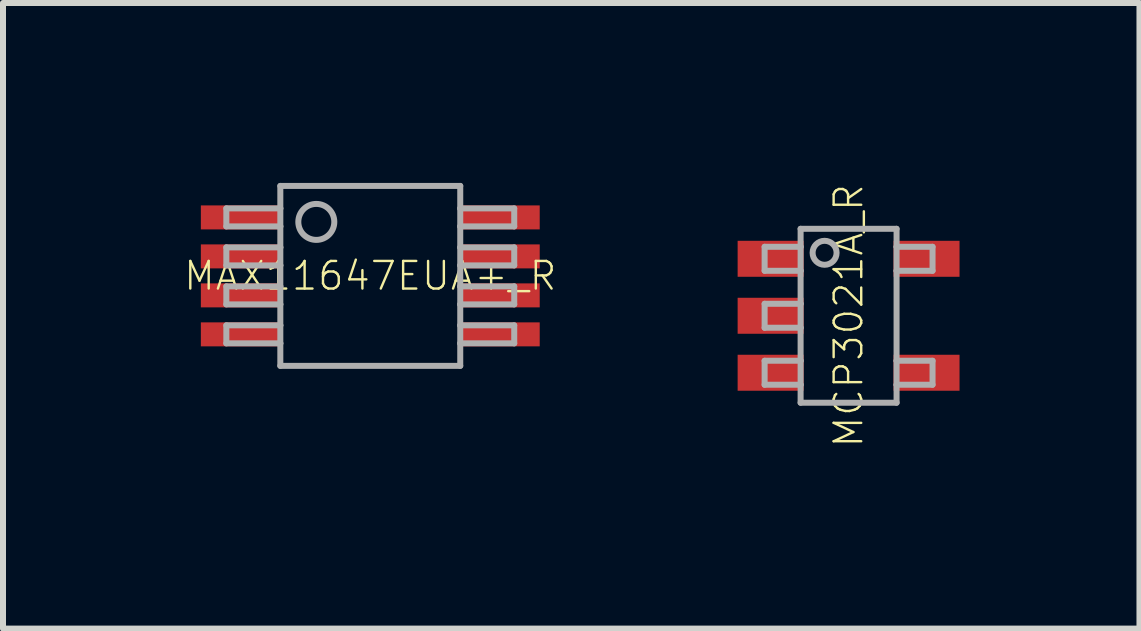
<source format=kicad_pcb>
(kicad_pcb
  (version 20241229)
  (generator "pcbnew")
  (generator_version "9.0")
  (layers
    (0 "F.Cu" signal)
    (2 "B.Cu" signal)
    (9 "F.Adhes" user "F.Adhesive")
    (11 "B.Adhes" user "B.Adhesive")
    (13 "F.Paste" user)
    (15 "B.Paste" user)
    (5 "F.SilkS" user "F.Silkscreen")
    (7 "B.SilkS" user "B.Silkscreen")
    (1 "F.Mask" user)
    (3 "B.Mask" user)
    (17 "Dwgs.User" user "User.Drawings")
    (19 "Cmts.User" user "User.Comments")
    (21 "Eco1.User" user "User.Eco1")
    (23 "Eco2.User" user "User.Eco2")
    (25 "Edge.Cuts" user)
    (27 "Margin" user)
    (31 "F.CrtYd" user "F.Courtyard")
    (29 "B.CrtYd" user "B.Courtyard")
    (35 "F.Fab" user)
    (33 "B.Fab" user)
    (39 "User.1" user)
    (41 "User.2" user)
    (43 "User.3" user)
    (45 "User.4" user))
  (footprint "MAX11647EUA+_R"
    (layer "F.Cu")
    (at 3.124 1.55)
    (property "Reference" "MAX11647EUA+_R" (at 0 0 0) (unlocked yes) (layer "F.SilkS") (effects (font (size 0.46 0.46) (thickness 0.04))))
    (fp_line (start -2.4 -1.125) (end -2.4 -0.825) (stroke (width 0.1) (type solid)) (layer "F.Fab"))
    (fp_line (start -2.4 -0.825) (end -1.5 -0.825) (stroke (width 0.1) (type solid)) (layer "F.Fab"))
    (fp_line (start -2.4 -0.475) (end -2.4 -0.175) (stroke (width 0.1) (type solid)) (layer "F.Fab"))
    (fp_line (start -2.4 -0.175) (end -1.5 -0.175) (stroke (width 0.1) (type solid)) (layer "F.Fab"))
    (fp_line (start -2.4 0.175) (end -2.4 0.475) (stroke (width 0.1) (type solid)) (layer "F.Fab"))
    (fp_line (start -2.4 0.475) (end -1.5 0.475) (stroke (width 0.1) (type solid)) (layer "F.Fab"))
    (fp_line (start -2.4 0.825) (end -2.4 1.125) (stroke (width 0.1) (type solid)) (layer "F.Fab"))
    (fp_line (start -2.4 1.125) (end -1.5 1.125) (stroke (width 0.1) (type solid)) (layer "F.Fab"))
    (fp_line (start -1.5 -1.5) (end 1.5 -1.5) (stroke (width 0.1) (type solid)) (layer "F.Fab"))
    (fp_line (start -1.5 -1.125) (end -2.4 -1.125) (stroke (width 0.1) (type solid)) (layer "F.Fab"))
    (fp_line (start -1.5 -1.125) (end -1.5 -1.5) (stroke (width 0.1) (type solid)) (layer "F.Fab"))
    (fp_line (start -1.5 -0.825) (end -1.5 -1.125) (stroke (width 0.1) (type solid)) (layer "F.Fab"))
    (fp_line (start -1.5 -0.475) (end -2.4 -0.475) (stroke (width 0.1) (type solid)) (layer "F.Fab"))
    (fp_line (start -1.5 -0.475) (end -1.5 -0.825) (stroke (width 0.1) (type solid)) (layer "F.Fab"))
    (fp_line (start -1.5 -0.175) (end -1.5 -0.475) (stroke (width 0.1) (type solid)) (layer "F.Fab"))
    (fp_line (start -1.5 0.175) (end -2.4 0.175) (stroke (width 0.1) (type solid)) (layer "F.Fab"))
    (fp_line (start -1.5 0.175) (end -1.5 -0.175) (stroke (width 0.1) (type solid)) (layer "F.Fab"))
    (fp_line (start -1.5 0.475) (end -1.5 0.175) (stroke (width 0.1) (type solid)) (layer "F.Fab"))
    (fp_line (start -1.5 0.825) (end -2.4 0.825) (stroke (width 0.1) (type solid)) (layer "F.Fab"))
    (fp_line (start -1.5 0.825) (end -1.5 0.475) (stroke (width 0.1) (type solid)) (layer "F.Fab"))
    (fp_line (start -1.5 1.125) (end -1.5 0.825) (stroke (width 0.1) (type solid)) (layer "F.Fab"))
    (fp_line (start -1.5 1.5) (end -1.5 1.125) (stroke (width 0.1) (type solid)) (layer "F.Fab"))
    (fp_line (start 1.5 -1.5) (end 1.5 -1.125) (stroke (width 0.1) (type solid)) (layer "F.Fab"))
    (fp_line (start 1.5 -1.125) (end 1.5 -0.825) (stroke (width 0.1) (type solid)) (layer "F.Fab"))
    (fp_line (start 1.5 -0.825) (end 1.5 -0.475) (stroke (width 0.1) (type solid)) (layer "F.Fab"))
    (fp_line (start 1.5 -0.825) (end 2.4 -0.825) (stroke (width 0.1) (type solid)) (layer "F.Fab"))
    (fp_line (start 1.5 -0.475) (end 1.5 -0.175) (stroke (width 0.1) (type solid)) (layer "F.Fab"))
    (fp_line (start 1.5 -0.175) (end 1.5 0.175) (stroke (width 0.1) (type solid)) (layer "F.Fab"))
    (fp_line (start 1.5 -0.175) (end 2.4 -0.175) (stroke (width 0.1) (type solid)) (layer "F.Fab"))
    (fp_line (start 1.5 0.175) (end 1.5 0.475) (stroke (width 0.1) (type solid)) (layer "F.Fab"))
    (fp_line (start 1.5 0.475) (end 1.5 0.825) (stroke (width 0.1) (type solid)) (layer "F.Fab"))
    (fp_line (start 1.5 0.475) (end 2.4 0.475) (stroke (width 0.1) (type solid)) (layer "F.Fab"))
    (fp_line (start 1.5 0.825) (end 1.5 1.125) (stroke (width 0.1) (type solid)) (layer "F.Fab"))
    (fp_line (start 1.5 1.125) (end 1.5 1.5) (stroke (width 0.1) (type solid)) (layer "F.Fab"))
    (fp_line (start 1.5 1.125) (end 2.4 1.125) (stroke (width 0.1) (type solid)) (layer "F.Fab"))
    (fp_line (start 1.5 1.5) (end -1.5 1.5) (stroke (width 0.1) (type solid)) (layer "F.Fab"))
    (fp_line (start 2.4 -1.125) (end 1.5 -1.125) (stroke (width 0.1) (type solid)) (layer "F.Fab"))
    (fp_line (start 2.4 -0.825) (end 2.4 -1.125) (stroke (width 0.1) (type solid)) (layer "F.Fab"))
    (fp_line (start 2.4 -0.475) (end 1.5 -0.475) (stroke (width 0.1) (type solid)) (layer "F.Fab"))
    (fp_line (start 2.4 -0.175) (end 2.4 -0.475) (stroke (width 0.1) (type solid)) (layer "F.Fab"))
    (fp_line (start 2.4 0.175) (end 1.5 0.175) (stroke (width 0.1) (type solid)) (layer "F.Fab"))
    (fp_line (start 2.4 0.475) (end 2.4 0.175) (stroke (width 0.1) (type solid)) (layer "F.Fab"))
    (fp_line (start 2.4 0.825) (end 1.5 0.825) (stroke (width 0.1) (type solid)) (layer "F.Fab"))
    (fp_line (start 2.4 1.125) (end 2.4 0.825) (stroke (width 0.1) (type solid)) (layer "F.Fab"))
    (fp_circle (center -0.9 -0.9) (end -0.6 -0.9) (stroke (width 0.1) (type solid)) (fill no) (layer "F.Fab"))
    (pad "1" smd rect (at -2.15 -0.975) (size 1.35 0.4) (layers "F.Cu" "F.Mask" "F.Paste"))
    (pad "2" smd rect (at -2.15 -0.325) (size 1.35 0.4) (layers "F.Cu" "F.Mask" "F.Paste"))
    (pad "3" smd rect (at -2.15 0.325) (size 1.35 0.4) (layers "F.Cu" "F.Mask" "F.Paste"))
    (pad "4" smd rect (at -2.15 0.975) (size 1.35 0.4) (layers "F.Cu" "F.Mask" "F.Paste"))
    (pad "5" smd rect (at 2.15 0.975) (size 1.35 0.4) (layers "F.Cu" "F.Mask" "F.Paste"))
    (pad "6" smd rect (at 2.15 0.325) (size 1.35 0.4) (layers "F.Cu" "F.Mask" "F.Paste"))
    (pad "7" smd rect (at 2.15 -0.325) (size 1.35 0.4) (layers "F.Cu" "F.Mask" "F.Paste"))
    (pad "8" smd rect (at 2.15 -0.975) (size 1.35 0.4) (layers "F.Cu" "F.Mask" "F.Paste")))
  (footprint "MCP3021A_R"
    (layer "F.Cu")
    (at 11.099 2.215)
    (property "Reference" "MCP3021A_R" (at 0 0 90) (unlocked yes) (layer "F.SilkS") (effects (font (size 0.46 0.46) (thickness 0.04))))
    (fp_line (start -1.4 -1.15) (end -1.4 -0.75) (stroke (width 0.1) (type solid)) (layer "F.Fab"))
    (fp_line (start -1.4 -0.75) (end -0.8 -0.75) (stroke (width 0.1) (type solid)) (layer "F.Fab"))
    (fp_line (start -1.4 -0.2) (end -1.4 0.2) (stroke (width 0.1) (type solid)) (layer "F.Fab"))
    (fp_line (start -1.4 0.75) (end -1.4 1.15) (stroke (width 0.1) (type solid)) (layer "F.Fab"))
    (fp_line (start -0.8 -1.45) (end 0.8 -1.45) (stroke (width 0.1) (type solid)) (layer "F.Fab"))
    (fp_line (start -0.8 -1.15) (end -1.4 -1.15) (stroke (width 0.1) (type solid)) (layer "F.Fab"))
    (fp_line (start -0.8 -1.15) (end -0.8 -1.45) (stroke (width 0.1) (type solid)) (layer "F.Fab"))
    (fp_line (start -0.8 -0.75) (end -0.8 -1.15) (stroke (width 0.1) (type solid)) (layer "F.Fab"))
    (fp_line (start -0.8 -0.2) (end -1.4 -0.2) (stroke (width 0.1) (type solid)) (layer "F.Fab"))
    (fp_line (start -0.8 -0.2) (end -0.8 -0.75) (stroke (width 0.1) (type solid)) (layer "F.Fab"))
    (fp_line (start -0.8 0.2) (end -1.4 0.2) (stroke (width 0.1) (type solid)) (layer "F.Fab"))
    (fp_line (start -0.8 0.2) (end -0.8 -0.2) (stroke (width 0.1) (type solid)) (layer "F.Fab"))
    (fp_line (start -0.8 0.75) (end -1.4 0.75) (stroke (width 0.1) (type solid)) (layer "F.Fab"))
    (fp_line (start -0.8 0.75) (end -0.8 0.2) (stroke (width 0.1) (type solid)) (layer "F.Fab"))
    (fp_line (start -0.8 1.15) (end -1.4 1.15) (stroke (width 0.1) (type solid)) (layer "F.Fab"))
    (fp_line (start -0.8 1.15) (end -0.8 0.75) (stroke (width 0.1) (type solid)) (layer "F.Fab"))
    (fp_line (start -0.8 1.45) (end -0.8 1.15) (stroke (width 0.1) (type solid)) (layer "F.Fab"))
    (fp_line (start 0.8 -1.45) (end 0.8 -1.15) (stroke (width 0.1) (type solid)) (layer "F.Fab"))
    (fp_line (start 0.8 -1.15) (end 0.8 -0.75) (stroke (width 0.1) (type solid)) (layer "F.Fab"))
    (fp_line (start 0.8 -0.75) (end 0.8 0.75) (stroke (width 0.1) (type solid)) (layer "F.Fab"))
    (fp_line (start 0.8 0.75) (end 0.8 1.15) (stroke (width 0.1) (type solid)) (layer "F.Fab"))
    (fp_line (start 0.8 1.15) (end 0.8 1.45) (stroke (width 0.1) (type solid)) (layer "F.Fab"))
    (fp_line (start 0.8 1.45) (end -0.8 1.45) (stroke (width 0.1) (type solid)) (layer "F.Fab"))
    (fp_line (start 1.4 -1.15) (end 0.8 -1.15) (stroke (width 0.1) (type solid)) (layer "F.Fab"))
    (fp_line (start 1.4 -1.15) (end 1.4 -0.75) (stroke (width 0.1) (type solid)) (layer "F.Fab"))
    (fp_line (start 1.4 -0.75) (end 0.8 -0.75) (stroke (width 0.1) (type solid)) (layer "F.Fab"))
    (fp_line (start 1.4 0.75) (end 0.8 0.75) (stroke (width 0.1) (type solid)) (layer "F.Fab"))
    (fp_line (start 1.4 0.75) (end 1.4 1.15) (stroke (width 0.1) (type solid)) (layer "F.Fab"))
    (fp_line (start 1.4 1.15) (end 0.8 1.15) (stroke (width 0.1) (type solid)) (layer "F.Fab"))
    (fp_circle (center -0.4 -1.05) (end -0.2 -1.05) (stroke (width 0.1) (type solid)) (fill no) (layer "F.Fab"))
    (pad "1" smd rect (at -1.3 -0.95) (size 1.1 0.6) (layers "F.Cu" "F.Mask" "F.Paste"))
    (pad "2" smd rect (at -1.3 0) (size 1.1 0.6) (layers "F.Cu" "F.Mask" "F.Paste"))
    (pad "3" smd rect (at -1.3 0.95) (size 1.1 0.6) (layers "F.Cu" "F.Mask" "F.Paste"))
    (pad "4" smd rect (at 1.3 0.95) (size 1.1 0.6) (layers "F.Cu" "F.Mask" "F.Paste"))
    (pad "5" smd rect (at 1.3 -0.95) (size 1.1 0.6) (layers "F.Cu" "F.Mask" "F.Paste")))
  (gr_rect
    (start -3 -3)
    (end 15.949 7.431)
    (stroke (width 0.1) (type default))
    (fill no)
    (layer "Edge.Cuts")))
</source>
